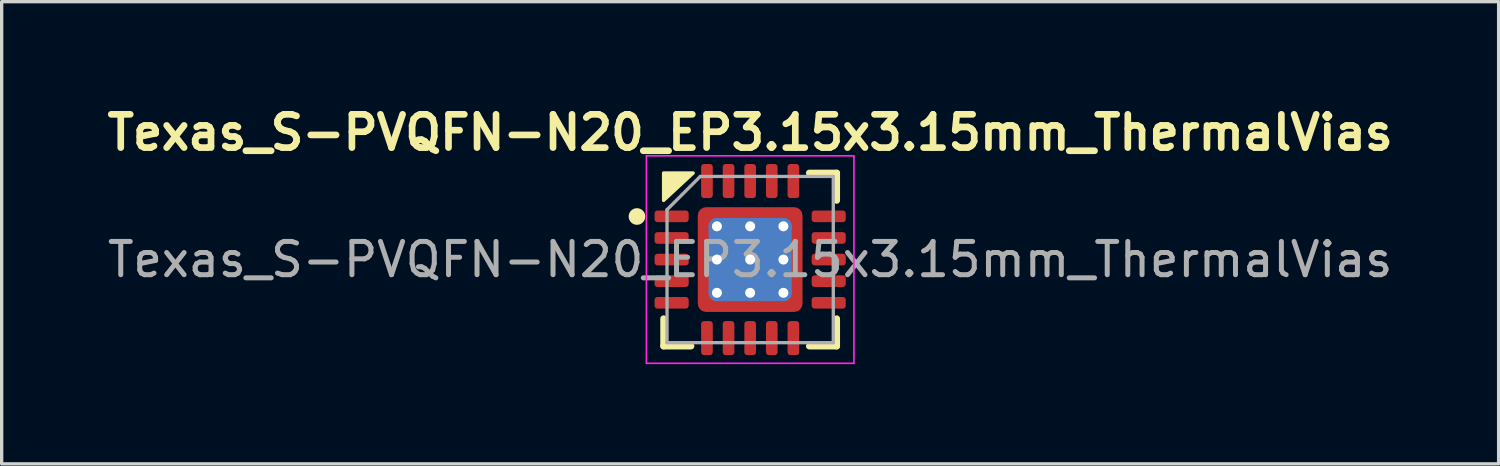
<source format=kicad_pcb>
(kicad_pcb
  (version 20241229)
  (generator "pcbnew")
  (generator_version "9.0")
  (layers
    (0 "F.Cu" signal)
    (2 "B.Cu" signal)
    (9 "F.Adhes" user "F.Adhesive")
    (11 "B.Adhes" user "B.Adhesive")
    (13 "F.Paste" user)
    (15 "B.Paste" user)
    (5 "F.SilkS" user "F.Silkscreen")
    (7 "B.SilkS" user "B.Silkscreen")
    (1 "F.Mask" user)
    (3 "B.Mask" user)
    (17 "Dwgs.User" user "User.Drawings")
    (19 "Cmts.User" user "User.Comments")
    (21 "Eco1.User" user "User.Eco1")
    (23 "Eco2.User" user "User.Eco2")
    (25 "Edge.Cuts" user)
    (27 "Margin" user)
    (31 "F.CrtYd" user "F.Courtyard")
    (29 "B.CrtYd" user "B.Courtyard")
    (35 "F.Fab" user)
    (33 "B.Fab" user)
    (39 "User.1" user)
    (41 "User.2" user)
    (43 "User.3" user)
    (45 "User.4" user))
  (footprint "Texas_S-PVQFN-N20_EP3.15x3.15mm_ThermalVias"
    (layer "F.Cu")
    (at 19.51 4.756)
    (property "Reference" "Texas_S-PVQFN-N20_EP3.15x3.15mm_ThermalVias" (at 0 -3.82 0) (layer "F.SilkS") (effects (font (size 1 1) (thickness 0.2))))
    (attr smd)
    (fp_line (start -2.603 1.778) (end -2.603 2.603) (stroke (width 0.2) (type solid)) (layer "F.SilkS"))
    (fp_line (start -2.603 2.603) (end -1.778 2.603) (stroke (width 0.2) (type solid)) (layer "F.SilkS"))
    (fp_line (start 1.778 2.603) (end 2.603 2.603) (stroke (width 0.2) (type solid)) (layer "F.SilkS"))
    (fp_line (start 2.603 -2.603) (end 1.778 -2.603) (stroke (width 0.2) (type solid)) (layer "F.SilkS"))
    (fp_line (start 2.603 -1.778) (end 2.603 -2.603) (stroke (width 0.2) (type solid)) (layer "F.SilkS"))
    (fp_line (start 2.603 2.603) (end 2.603 1.778) (stroke (width 0.2) (type solid)) (layer "F.SilkS"))
    (fp_circle (center -3.404 -1.295) (end -3.279 -1.295) (stroke (width 0.25) (type solid)) (fill no) (layer "F.SilkS"))
    (fp_poly (pts (xy -2.603 -1.778) (xy -2.603 -2.603) (xy -1.714 -2.603)) (stroke (width 0.1) (type solid)) (fill yes) (layer "F.SilkS"))
    (fp_line (start -3.12 -3.12) (end -3.12 3.12) (stroke (width 0.05) (type solid)) (layer "F.CrtYd"))
    (fp_line (start -3.12 3.12) (end 3.12 3.12) (stroke (width 0.05) (type solid)) (layer "F.CrtYd"))
    (fp_line (start 3.12 -3.12) (end -3.12 -3.12) (stroke (width 0.05) (type solid)) (layer "F.CrtYd"))
    (fp_line (start 3.12 3.12) (end 3.12 -3.12) (stroke (width 0.05) (type solid)) (layer "F.CrtYd"))
    (fp_line (start -2.5 -1.5) (end -1.5 -2.5) (stroke (width 0.1) (type solid)) (layer "F.Fab"))
    (fp_line (start -2.5 2.5) (end -2.5 -1.5) (stroke (width 0.1) (type solid)) (layer "F.Fab"))
    (fp_line (start -1.5 -2.5) (end 2.5 -2.5) (stroke (width 0.1) (type solid)) (layer "F.Fab"))
    (fp_line (start 2.5 -2.5) (end 2.5 2.5) (stroke (width 0.1) (type solid)) (layer "F.Fab"))
    (fp_line (start 2.5 2.5) (end -2.5 2.5) (stroke (width 0.1) (type solid)) (layer "F.Fab"))
    (fp_text user "${REFERENCE}" (at 0 0 0) (layer "F.Fab") (effects (font (size 1 1) (thickness 0.15))))
    (pad "" smd custom (at -1.288 -1.288) (size 0.342 0.342) (layers "F.Paste") (options (anchor circle)) (primitives (gr_poly (pts (xy -0.116 -0.116) (xy 0.116 -0.116) (xy 0.116 0.012) (xy 0.012 0.116) (xy -0.116 0.116)) (width 0.232) (fill yes))))
    (pad "" smd custom (at -1.288 -0.5) (size 0.371 0.371) (layers "F.Paste") (options (anchor circle)) (primitives (gr_poly (pts (xy -0.14 -0.311) (xy 0.063 -0.311) (xy 0.14 -0.235) (xy 0.14 0.235) (xy 0.063 0.311) (xy -0.14 0.311)) (width 0.184) (fill yes))))
    (pad "" smd custom (at -1.288 0.5) (size 0.371 0.371) (layers "F.Paste") (options (anchor circle)) (primitives (gr_poly (pts (xy -0.14 -0.311) (xy 0.063 -0.311) (xy 0.14 -0.235) (xy 0.14 0.235) (xy 0.063 0.311) (xy -0.14 0.311)) (width 0.184) (fill yes))))
    (pad "" smd custom (at -1.288 1.288) (size 0.342 0.342) (layers "F.Paste") (options (anchor circle)) (primitives (gr_poly (pts (xy -0.116 -0.116) (xy 0.012 -0.116) (xy 0.116 -0.012) (xy 0.116 0.116) (xy -0.116 0.116)) (width 0.232) (fill yes))))
    (pad "" smd custom (at -0.5 -1.288) (size 0.371 0.371) (layers "F.Paste") (options (anchor circle)) (primitives (gr_poly (pts (xy -0.311 -0.14) (xy 0.311 -0.14) (xy 0.311 0.063) (xy 0.235 0.14) (xy -0.235 0.14) (xy -0.311 0.063)) (width 0.184) (fill yes))))
    (pad "" smd roundrect (at -0.5 -0.5) (size 0.806 0.806) (layers "F.Paste") (roundrect_rratio 0.25))
    (pad "" smd roundrect (at -0.5 0.5) (size 0.806 0.806) (layers "F.Paste") (roundrect_rratio 0.25))
    (pad "" smd custom (at -0.5 1.288) (size 0.371 0.371) (layers "F.Paste") (options (anchor circle)) (primitives (gr_poly (pts (xy -0.311 -0.063) (xy -0.235 -0.14) (xy 0.235 -0.14) (xy 0.311 -0.063) (xy 0.311 0.14) (xy -0.311 0.14)) (width 0.184) (fill yes))))
    (pad "" smd custom (at 0.5 -1.288) (size 0.371 0.371) (layers "F.Paste") (options (anchor circle)) (primitives (gr_poly (pts (xy -0.311 -0.14) (xy 0.311 -0.14) (xy 0.311 0.063) (xy 0.235 0.14) (xy -0.235 0.14) (xy -0.311 0.063)) (width 0.184) (fill yes))))
    (pad "" smd roundrect (at 0.5 -0.5) (size 0.806 0.806) (layers "F.Paste") (roundrect_rratio 0.25))
    (pad "" smd roundrect (at 0.5 0.5) (size 0.806 0.806) (layers "F.Paste") (roundrect_rratio 0.25))
    (pad "" smd custom (at 0.5 1.288) (size 0.371 0.371) (layers "F.Paste") (options (anchor circle)) (primitives (gr_poly (pts (xy -0.311 -0.063) (xy -0.235 -0.14) (xy 0.235 -0.14) (xy 0.311 -0.063) (xy 0.311 0.14) (xy -0.311 0.14)) (width 0.184) (fill yes))))
    (pad "" smd custom (at 1.288 -1.288) (size 0.342 0.342) (layers "F.Paste") (options (anchor circle)) (primitives (gr_poly (pts (xy -0.116 -0.116) (xy 0.116 -0.116) (xy 0.116 0.116) (xy -0.012 0.116) (xy -0.116 0.012)) (width 0.232) (fill yes))))
    (pad "" smd custom (at 1.288 -0.5) (size 0.371 0.371) (layers "F.Paste") (options (anchor circle)) (primitives (gr_poly (pts (xy -0.14 -0.235) (xy -0.063 -0.311) (xy 0.14 -0.311) (xy 0.14 0.311) (xy -0.063 0.311) (xy -0.14 0.235)) (width 0.184) (fill yes))))
    (pad "" smd custom (at 1.288 0.5) (size 0.371 0.371) (layers "F.Paste") (options (anchor circle)) (primitives (gr_poly (pts (xy -0.14 -0.235) (xy -0.063 -0.311) (xy 0.14 -0.311) (xy 0.14 0.311) (xy -0.063 0.311) (xy -0.14 0.235)) (width 0.184) (fill yes))))
    (pad "" smd custom (at 1.288 1.288) (size 0.342 0.342) (layers "F.Paste") (options (anchor circle)) (primitives (gr_poly (pts (xy -0.116 -0.012) (xy -0.012 -0.116) (xy 0.116 -0.116) (xy 0.116 0.116) (xy -0.116 0.116)) (width 0.232) (fill yes))))
    (pad "1" smd roundrect (at -2.362 -1.3) (size 1.025 0.35) (layers "F.Cu" "F.Mask" "F.Paste") (roundrect_rratio 0.25))
    (pad "2" smd roundrect (at -2.362 -0.65) (size 1.025 0.35) (layers "F.Cu" "F.Mask" "F.Paste") (roundrect_rratio 0.25))
    (pad "3" smd roundrect (at -2.362 0) (size 1.025 0.35) (layers "F.Cu" "F.Mask" "F.Paste") (roundrect_rratio 0.25))
    (pad "4" smd roundrect (at -2.362 0.65) (size 1.025 0.35) (layers "F.Cu" "F.Mask" "F.Paste") (roundrect_rratio 0.25))
    (pad "5" smd roundrect (at -2.362 1.3) (size 1.025 0.35) (layers "F.Cu" "F.Mask" "F.Paste") (roundrect_rratio 0.25))
    (pad "6" smd roundrect (at -1.3 2.362) (size 0.35 1.025) (layers "F.Cu" "F.Mask" "F.Paste") (roundrect_rratio 0.25))
    (pad "7" smd roundrect (at -0.65 2.362) (size 0.35 1.025) (layers "F.Cu" "F.Mask" "F.Paste") (roundrect_rratio 0.25))
    (pad "8" smd roundrect (at 0 2.362) (size 0.35 1.025) (layers "F.Cu" "F.Mask" "F.Paste") (roundrect_rratio 0.25))
    (pad "9" smd roundrect (at 0.65 2.362) (size 0.35 1.025) (layers "F.Cu" "F.Mask" "F.Paste") (roundrect_rratio 0.25))
    (pad "10" smd roundrect (at 1.3 2.362) (size 0.35 1.025) (layers "F.Cu" "F.Mask" "F.Paste") (roundrect_rratio 0.25))
    (pad "11" smd roundrect (at 2.362 1.3) (size 1.025 0.35) (layers "F.Cu" "F.Mask" "F.Paste") (roundrect_rratio 0.25))
    (pad "12" smd roundrect (at 2.362 0.65) (size 1.025 0.35) (layers "F.Cu" "F.Mask" "F.Paste") (roundrect_rratio 0.25))
    (pad "13" smd roundrect (at 2.362 0) (size 1.025 0.35) (layers "F.Cu" "F.Mask" "F.Paste") (roundrect_rratio 0.25))
    (pad "14" smd roundrect (at 2.362 -0.65) (size 1.025 0.35) (layers "F.Cu" "F.Mask" "F.Paste") (roundrect_rratio 0.25))
    (pad "15" smd roundrect (at 2.362 -1.3) (size 1.025 0.35) (layers "F.Cu" "F.Mask" "F.Paste") (roundrect_rratio 0.25))
    (pad "16" smd roundrect (at 1.3 -2.362) (size 0.35 1.025) (layers "F.Cu" "F.Mask" "F.Paste") (roundrect_rratio 0.25))
    (pad "17" smd roundrect (at 0.65 -2.362) (size 0.35 1.025) (layers "F.Cu" "F.Mask" "F.Paste") (roundrect_rratio 0.25))
    (pad "18" smd roundrect (at 0 -2.362) (size 0.35 1.025) (layers "F.Cu" "F.Mask" "F.Paste") (roundrect_rratio 0.25))
    (pad "19" smd roundrect (at -0.65 -2.362) (size 0.35 1.025) (layers "F.Cu" "F.Mask" "F.Paste") (roundrect_rratio 0.25))
    (pad "20" smd roundrect (at -1.3 -2.362) (size 0.35 1.025) (layers "F.Cu" "F.Mask" "F.Paste") (roundrect_rratio 0.25))
    (pad "21" thru_hole circle (at -1 -1) (size 0.5 0.5) (drill 0.3) (layers "*.Cu"))
    (pad "21" thru_hole circle (at -1 0) (size 0.5 0.5) (drill 0.3) (layers "*.Cu"))
    (pad "21" thru_hole circle (at -1 1) (size 0.5 0.5) (drill 0.3) (layers "*.Cu"))
    (pad "21" thru_hole circle (at 0 -1) (size 0.5 0.5) (drill 0.3) (layers "*.Cu"))
    (pad "21" thru_hole circle (at 0 0) (size 0.5 0.5) (drill 0.3) (layers "*.Cu"))
    (pad "21" smd roundrect (at 0 0) (size 2.5 2.5) (layers "B.Cu") (roundrect_rratio 0.1))
    (pad "21" smd roundrect (at 0 0) (size 3.15 3.15) (layers "F.Cu" "F.Mask") (roundrect_rratio 0.079))
    (pad "21" thru_hole circle (at 0 1) (size 0.5 0.5) (drill 0.3) (layers "*.Cu"))
    (pad "21" thru_hole circle (at 1 -1) (size 0.5 0.5) (drill 0.3) (layers "*.Cu"))
    (pad "21" thru_hole circle (at 1 0) (size 0.5 0.5) (drill 0.3) (layers "*.Cu"))
    (pad "21" thru_hole circle (at 1 1) (size 0.5 0.5) (drill 0.3) (layers "*.Cu")))
  (gr_rect
    (start -3 -3)
    (end 42.019 10.901)
    (stroke (width 0.1) (type default))
    (fill no)
    (layer "Edge.Cuts")))
</source>
